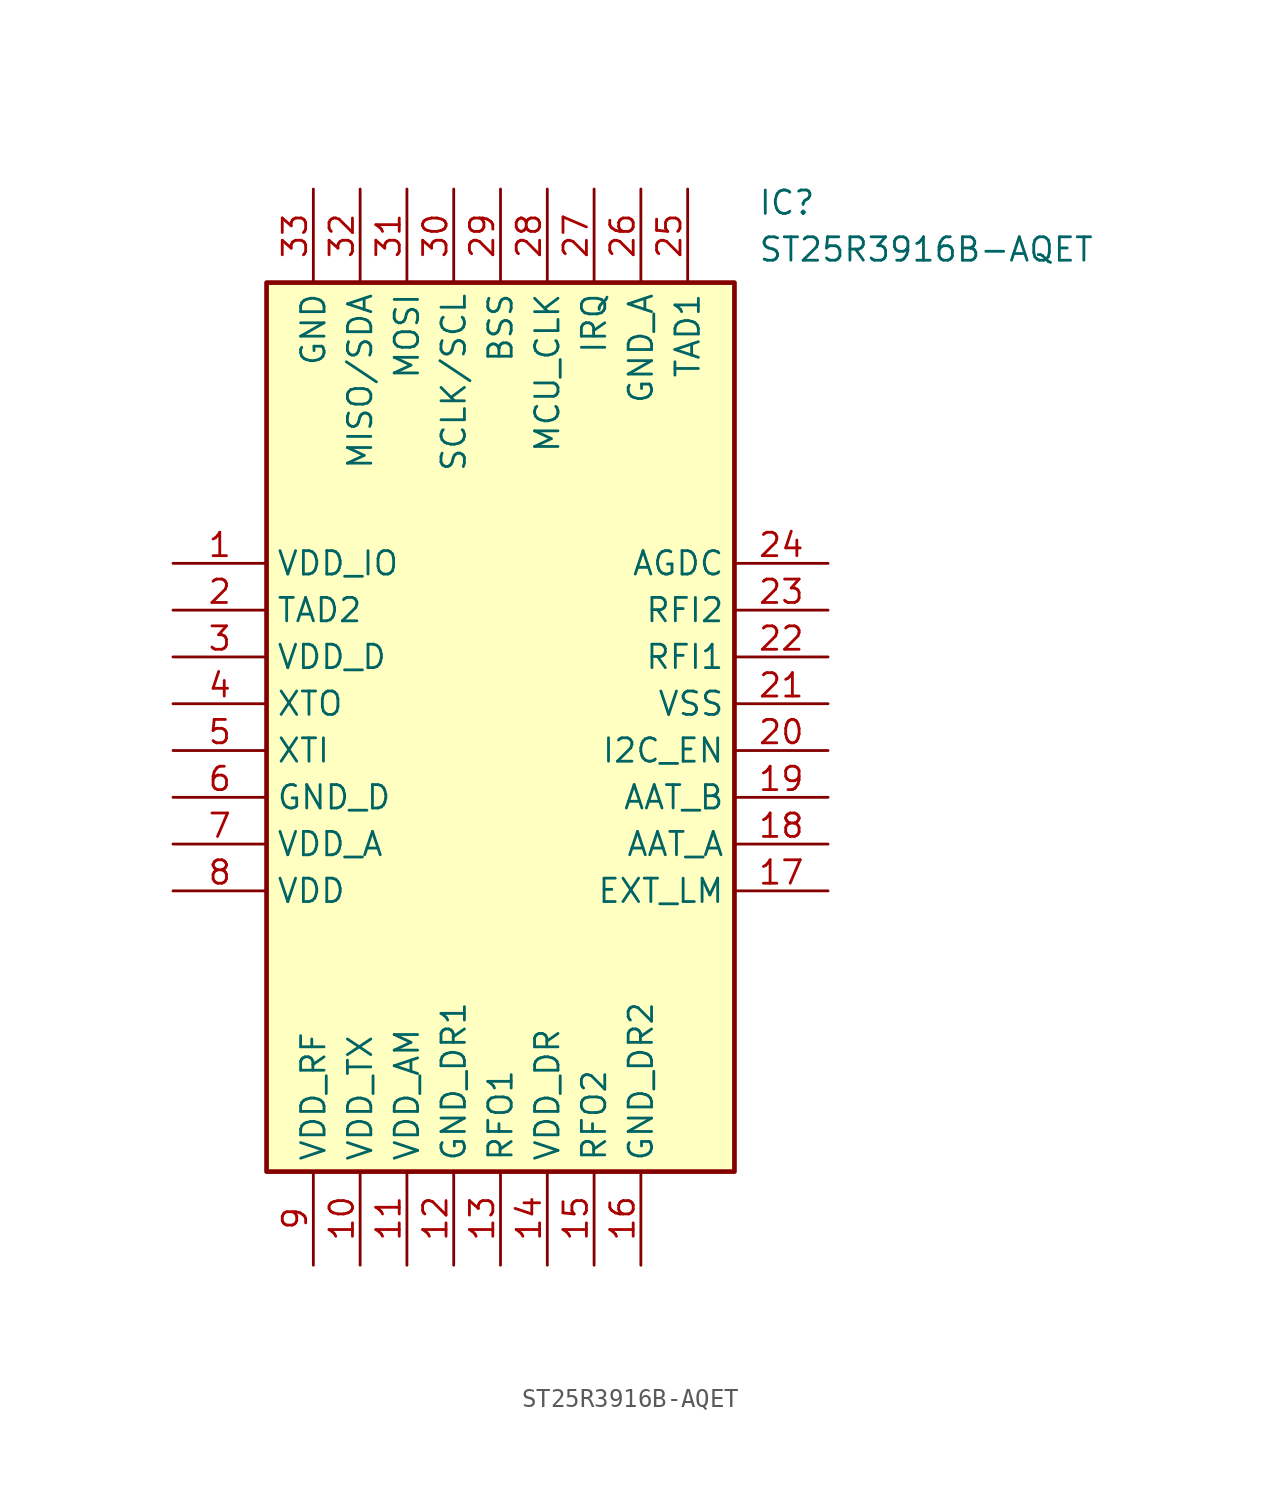
<source format=kicad_sym>
(kicad_symbol_lib
  (version 20211014)
  (generator SamacSys_ECAD_Model)
  (symbol "ST25R3916B-AQET"
    (property "Reference" "IC"
      (at 31.75 20.32 0)
      (effects (font (size 1.27 1.27)) (justify left top)))
    (property "Value" "ST25R3916B-AQET"
      (at 31.75 17.78 0)
      (effects (font (size 1.27 1.27)) (justify left top)))
    (rectangle
      (start 5.08 15.24)
      (end 30.48 -33.02)
      (stroke (width 0.254) (type default))
      (fill (type background)))
    (pin passive line
      (at 0 0 0)
      (length 5.08)
      (name "VDD_IO" (effects (font (size 1.27 1.27))))
      (number "1" (effects (font (size 1.27 1.27)))))
    (pin passive line
      (at 0 -2.54 0)
      (length 5.08)
      (name "TAD2" (effects (font (size 1.27 1.27))))
      (number "2" (effects (font (size 1.27 1.27)))))
    (pin passive line
      (at 0 -5.08 0)
      (length 5.08)
      (name "VDD_D" (effects (font (size 1.27 1.27))))
      (number "3" (effects (font (size 1.27 1.27)))))
    (pin passive line
      (at 0 -7.62 0)
      (length 5.08)
      (name "XTO" (effects (font (size 1.27 1.27))))
      (number "4" (effects (font (size 1.27 1.27)))))
    (pin passive line
      (at 0 -10.16 0)
      (length 5.08)
      (name "XTI" (effects (font (size 1.27 1.27))))
      (number "5" (effects (font (size 1.27 1.27)))))
    (pin passive line
      (at 0 -12.7 0)
      (length 5.08)
      (name "GND_D" (effects (font (size 1.27 1.27))))
      (number "6" (effects (font (size 1.27 1.27)))))
    (pin passive line
      (at 0 -15.24 0)
      (length 5.08)
      (name "VDD_A" (effects (font (size 1.27 1.27))))
      (number "7" (effects (font (size 1.27 1.27)))))
    (pin passive line
      (at 0 -17.78 0)
      (length 5.08)
      (name "VDD" (effects (font (size 1.27 1.27))))
      (number "8" (effects (font (size 1.27 1.27)))))
    (pin passive line
      (at 7.62 -38.1 90)
      (length 5.08)
      (name "VDD_RF" (effects (font (size 1.27 1.27))))
      (number "9" (effects (font (size 1.27 1.27)))))
    (pin passive line
      (at 10.16 -38.1 90)
      (length 5.08)
      (name "VDD_TX" (effects (font (size 1.27 1.27))))
      (number "10" (effects (font (size 1.27 1.27)))))
    (pin passive line
      (at 12.7 -38.1 90)
      (length 5.08)
      (name "VDD_AM" (effects (font (size 1.27 1.27))))
      (number "11" (effects (font (size 1.27 1.27)))))
    (pin passive line
      (at 15.24 -38.1 90)
      (length 5.08)
      (name "GND_DR1" (effects (font (size 1.27 1.27))))
      (number "12" (effects (font (size 1.27 1.27)))))
    (pin passive line
      (at 17.78 -38.1 90)
      (length 5.08)
      (name "RFO1" (effects (font (size 1.27 1.27))))
      (number "13" (effects (font (size 1.27 1.27)))))
    (pin passive line
      (at 20.32 -38.1 90)
      (length 5.08)
      (name "VDD_DR" (effects (font (size 1.27 1.27))))
      (number "14" (effects (font (size 1.27 1.27)))))
    (pin passive line
      (at 22.86 -38.1 90)
      (length 5.08)
      (name "RFO2" (effects (font (size 1.27 1.27))))
      (number "15" (effects (font (size 1.27 1.27)))))
    (pin passive line
      (at 25.4 -38.1 90)
      (length 5.08)
      (name "GND_DR2" (effects (font (size 1.27 1.27))))
      (number "16" (effects (font (size 1.27 1.27)))))
    (pin passive line
      (at 35.56 0 180)
      (length 5.08)
      (name "AGDC" (effects (font (size 1.27 1.27))))
      (number "24" (effects (font (size 1.27 1.27)))))
    (pin passive line
      (at 35.56 -2.54 180)
      (length 5.08)
      (name "RFI2" (effects (font (size 1.27 1.27))))
      (number "23" (effects (font (size 1.27 1.27)))))
    (pin passive line
      (at 35.56 -5.08 180)
      (length 5.08)
      (name "RFI1" (effects (font (size 1.27 1.27))))
      (number "22" (effects (font (size 1.27 1.27)))))
    (pin passive line
      (at 35.56 -7.62 180)
      (length 5.08)
      (name "VSS" (effects (font (size 1.27 1.27))))
      (number "21" (effects (font (size 1.27 1.27)))))
    (pin passive line
      (at 35.56 -10.16 180)
      (length 5.08)
      (name "I2C_EN" (effects (font (size 1.27 1.27))))
      (number "20" (effects (font (size 1.27 1.27)))))
    (pin passive line
      (at 35.56 -12.7 180)
      (length 5.08)
      (name "AAT_B" (effects (font (size 1.27 1.27))))
      (number "19" (effects (font (size 1.27 1.27)))))
    (pin passive line
      (at 35.56 -15.24 180)
      (length 5.08)
      (name "AAT_A" (effects (font (size 1.27 1.27))))
      (number "18" (effects (font (size 1.27 1.27)))))
    (pin passive line
      (at 35.56 -17.78 180)
      (length 5.08)
      (name "EXT_LM" (effects (font (size 1.27 1.27))))
      (number "17" (effects (font (size 1.27 1.27)))))
    (pin passive line
      (at 7.62 20.32 270)
      (length 5.08)
      (name "GND" (effects (font (size 1.27 1.27))))
      (number "33" (effects (font (size 1.27 1.27)))))
    (pin passive line
      (at 10.16 20.32 270)
      (length 5.08)
      (name "MISO/SDA" (effects (font (size 1.27 1.27))))
      (number "32" (effects (font (size 1.27 1.27)))))
    (pin passive line
      (at 12.7 20.32 270)
      (length 5.08)
      (name "MOSI" (effects (font (size 1.27 1.27))))
      (number "31" (effects (font (size 1.27 1.27)))))
    (pin passive line
      (at 15.24 20.32 270)
      (length 5.08)
      (name "SCLK/SCL" (effects (font (size 1.27 1.27))))
      (number "30" (effects (font (size 1.27 1.27)))))
    (pin passive line
      (at 17.78 20.32 270)
      (length 5.08)
      (name "BSS" (effects (font (size 1.27 1.27))))
      (number "29" (effects (font (size 1.27 1.27)))))
    (pin passive line
      (at 20.32 20.32 270)
      (length 5.08)
      (name "MCU_CLK" (effects (font (size 1.27 1.27))))
      (number "28" (effects (font (size 1.27 1.27)))))
    (pin passive line
      (at 22.86 20.32 270)
      (length 5.08)
      (name "IRQ" (effects (font (size 1.27 1.27))))
      (number "27" (effects (font (size 1.27 1.27)))))
    (pin passive line
      (at 25.4 20.32 270)
      (length 5.08)
      (name "GND_A" (effects (font (size 1.27 1.27))))
      (number "26" (effects (font (size 1.27 1.27)))))
    (pin passive line
      (at 27.94 20.32 270)
      (length 5.08)
      (name "TAD1" (effects (font (size 1.27 1.27))))
      (number "25" (effects (font (size 1.27 1.27)))))))
</source>
